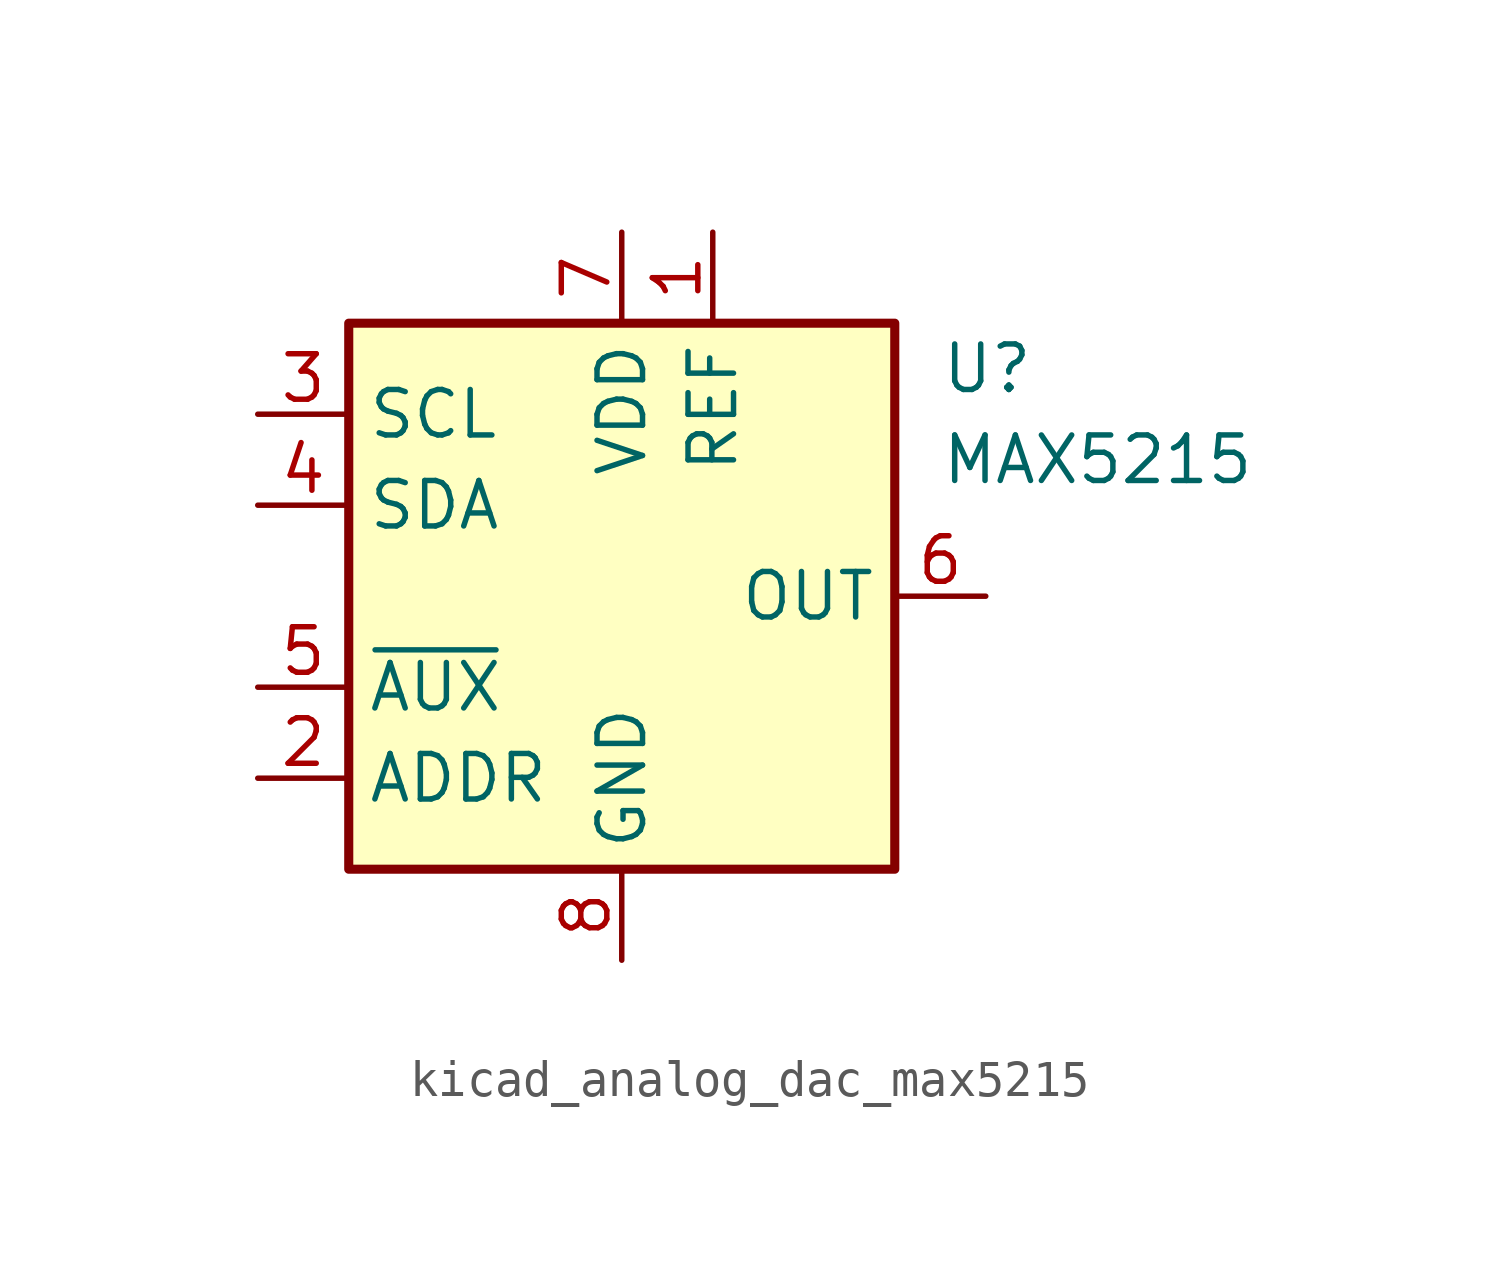
<source format=kicad_sym>
(kicad_symbol_lib
  (version 20220914)
  (generator kicad_symbol_editor)
  (symbol "kicad_analog_dac_max5215"
    (property "Reference" "U"
      (at 8.89 6.35 0)
      (effects (font (size 1.27 1.27)) (justify left)))
    (property "Value" "MAX5215"
      (at 8.89 3.81 0)
      (effects (font (size 1.27 1.27)) (justify left)))
    (symbol "kicad_analog_dac_max5215_0_1"
      (rectangle (start -7.62 7.62) (end 7.62 -7.62) (stroke (width 0.254) (type default)) (fill (type background))))
    (symbol "kicad_analog_dac_max5215_1_1"
      (pin power_in line (at 2.54 10.16 270) (length 2.54) (name "REF" (effects (font (size 1.27 1.27)))) (number "1" (effects (font (size 1.27 1.27)))))
      (pin input line (at -10.16 -5.08 0) (length 2.54) (name "ADDR" (effects (font (size 1.27 1.27)))) (number "2" (effects (font (size 1.27 1.27)))))
      (pin input line (at -10.16 5.08 0) (length 2.54) (name "SCL" (effects (font (size 1.27 1.27)))) (number "3" (effects (font (size 1.27 1.27)))))
      (pin bidirectional line (at -10.16 2.54 0) (length 2.54) (name "SDA" (effects (font (size 1.27 1.27)))) (number "4" (effects (font (size 1.27 1.27)))))
      (pin input line (at -10.16 -2.54 0) (length 2.54) (name "~{AUX}" (effects (font (size 1.27 1.27)))) (number "5" (effects (font (size 1.27 1.27)))))
      (pin output line (at 10.16 0 180) (length 2.54) (name "OUT" (effects (font (size 1.27 1.27)))) (number "6" (effects (font (size 1.27 1.27)))))
      (pin power_in line (at 0 10.16 270) (length 2.54) (name "VDD" (effects (font (size 1.27 1.27)))) (number "7" (effects (font (size 1.27 1.27)))))
      (pin power_in line (at 0 -10.16 90) (length 2.54) (name "GND" (effects (font (size 1.27 1.27)))) (number "8" (effects (font (size 1.27 1.27))))))))
</source>
